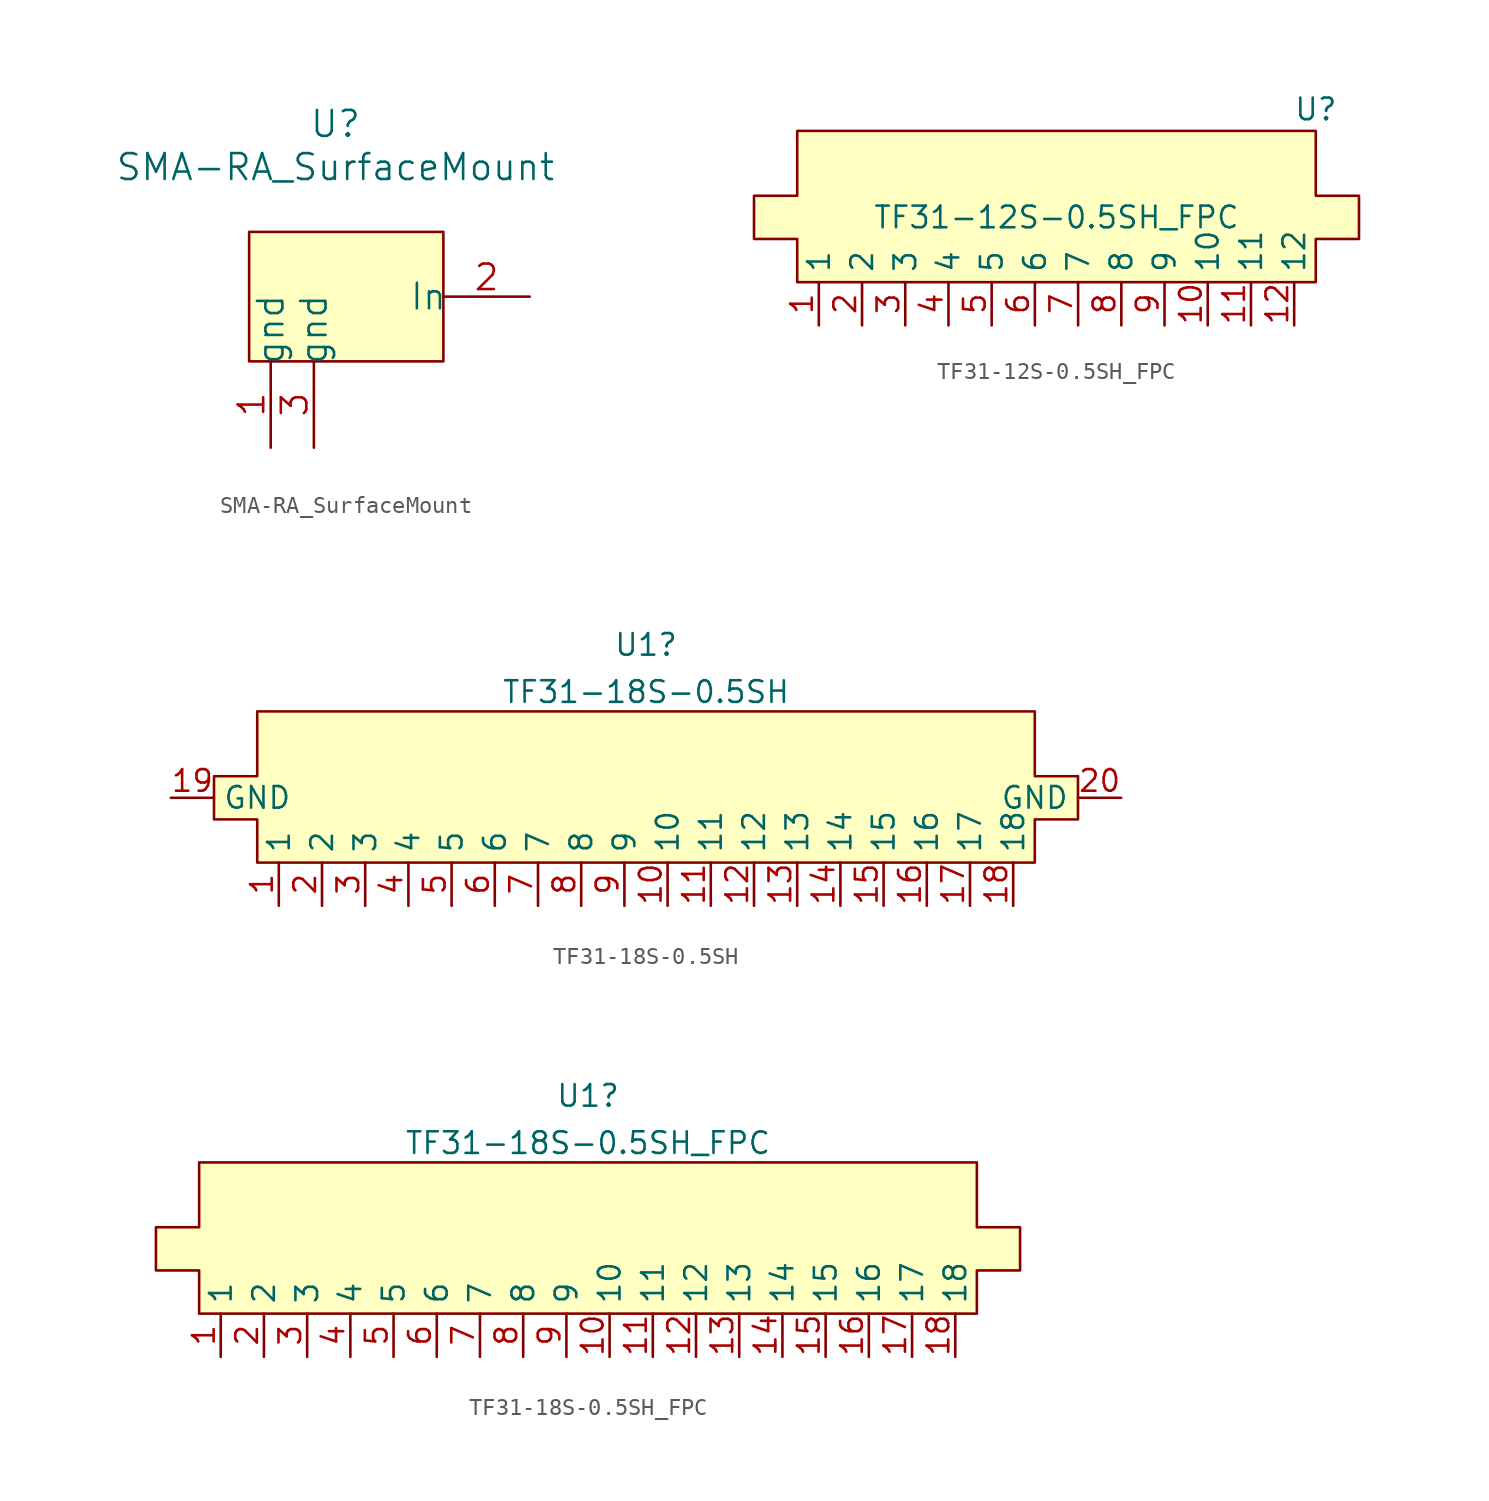
<source format=kicad_sym>
(kicad_symbol_lib
  (version 20211014)
  (generator kicad_symbol_editor)
  (symbol "SMA-RA_SurfaceMount"
    (pin_names
      (offset -0.254))
    (property "Reference" "U"
      (at -13.97 13.97 0)
      (effects (font (size 1.524 1.524))))
    (property "Value" "SMA-RA_SurfaceMount"
      (at -13.97 11.43 0)
      (effects (font (size 1.524 1.524))))
    (property "Datasheet" ""
      (at 0 0 0)
      (effects (font (size 1.524 1.524))))
    (property "ki_locked" ""
      (at 0 0 0)
      (effects (font (size 1.27 1.27))))
    (symbol "SMA-RA_SurfaceMount_1_1"
      (rectangle (start -19.05 0) (end -7.62 7.62) (stroke (width 0) (type default) (color 0 0 0 0)) (fill (type background)))
      (pin power_in line (at -17.78 -5.08 90) (length 5.08) (name "gnd" (effects (font (size 1.499 1.499)))) (number "1" (effects (font (size 1.499 1.499)))))
      (pin bidirectional line (at -2.54 3.81 180) (length 5.08) (name "In" (effects (font (size 1.499 1.499)))) (number "2" (effects (font (size 1.499 1.499)))))
      (pin power_in line (at -15.24 -5.08 90) (length 5.08) (name "gnd" (effects (font (size 1.499 1.499)))) (number "3" (effects (font (size 1.499 1.499)))))))
  (symbol "TF31-12S-0.5SH_FPC"
    (property "Reference" "U"
      (at 15.24 6.35 0)
      (effects (font (size 1.27 1.27))))
    (property "Value" "TF31-12S-0.5SH_FPC"
      (at 0 0 0)
      (effects (font (size 1.27 1.27))))
    (symbol "TF31-12S-0.5SH_FPC_0_1"
      (polyline (pts (xy -15.24 -3.81) (xy 15.24 -3.81) (xy 15.24 -1.27) (xy 17.78 -1.27) (xy 17.78 1.27) (xy 15.24 1.27) (xy 15.24 5.08) (xy -15.24 5.08) (xy -15.24 1.27) (xy -17.78 1.27) (xy -17.78 -1.27) (xy -15.24 -1.27) (xy -15.24 -3.81)) (stroke (width 0.152) (type default) (color 0 0 0 0)) (fill (type background))))
    (symbol "TF31-12S-0.5SH_FPC_1_1"
      (pin bidirectional line (at -13.97 -6.35 90) (length 2.54) (name "1" (effects (font (size 1.27 1.27)))) (number "1" (effects (font (size 1.27 1.27)))))
      (pin bidirectional line (at 8.89 -6.35 90) (length 2.54) (name "10" (effects (font (size 1.27 1.27)))) (number "10" (effects (font (size 1.27 1.27)))))
      (pin bidirectional line (at 11.43 -6.35 90) (length 2.54) (name "11" (effects (font (size 1.27 1.27)))) (number "11" (effects (font (size 1.27 1.27)))))
      (pin bidirectional line (at 13.97 -6.35 90) (length 2.54) (name "12" (effects (font (size 1.27 1.27)))) (number "12" (effects (font (size 1.27 1.27)))))
      (pin bidirectional line (at -11.43 -6.35 90) (length 2.54) (name "2" (effects (font (size 1.27 1.27)))) (number "2" (effects (font (size 1.27 1.27)))))
      (pin bidirectional line (at -8.89 -6.35 90) (length 2.54) (name "3" (effects (font (size 1.27 1.27)))) (number "3" (effects (font (size 1.27 1.27)))))
      (pin bidirectional line (at -6.35 -6.35 90) (length 2.54) (name "4" (effects (font (size 1.27 1.27)))) (number "4" (effects (font (size 1.27 1.27)))))
      (pin bidirectional line (at -3.81 -6.35 90) (length 2.54) (name "5" (effects (font (size 1.27 1.27)))) (number "5" (effects (font (size 1.27 1.27)))))
      (pin bidirectional line (at -1.27 -6.35 90) (length 2.54) (name "6" (effects (font (size 1.27 1.27)))) (number "6" (effects (font (size 1.27 1.27)))))
      (pin bidirectional line (at 1.27 -6.35 90) (length 2.54) (name "7" (effects (font (size 1.27 1.27)))) (number "7" (effects (font (size 1.27 1.27)))))
      (pin bidirectional line (at 3.81 -6.35 90) (length 2.54) (name "8" (effects (font (size 1.27 1.27)))) (number "8" (effects (font (size 1.27 1.27)))))
      (pin bidirectional line (at 6.35 -6.35 90) (length 2.54) (name "9" (effects (font (size 1.27 1.27)))) (number "9" (effects (font (size 1.27 1.27)))))))
  (symbol "TF31-18S-0.5SH"
    (property "Reference" "U1"
      (at -1.27 8.996 0)
      (effects (font (size 1.27 1.27))))
    (property "Value" "TF31-18S-0.5SH"
      (at -1.27 6.221 0)
      (effects (font (size 1.27 1.27))))
    (symbol "TF31-18S-0.5SH_0_1"
      (polyline (pts (xy -24.13 -3.81) (xy 21.59 -3.81) (xy 21.59 -1.27) (xy 24.13 -1.27) (xy 24.13 1.27) (xy 21.59 1.27) (xy 21.59 5.08) (xy -24.13 5.08) (xy -24.13 1.27) (xy -26.67 1.27) (xy -26.67 -1.27) (xy -24.13 -1.27) (xy -24.13 -3.81)) (stroke (width 0.152) (type default) (color 0 0 0 0)) (fill (type background))))
    (symbol "TF31-18S-0.5SH_1_1"
      (pin bidirectional line (at -22.86 -6.35 90) (length 2.54) (name "1" (effects (font (size 1.27 1.27)))) (number "1" (effects (font (size 1.27 1.27)))))
      (pin bidirectional line (at 0 -6.35 90) (length 2.54) (name "10" (effects (font (size 1.27 1.27)))) (number "10" (effects (font (size 1.27 1.27)))))
      (pin bidirectional line (at 2.54 -6.35 90) (length 2.54) (name "11" (effects (font (size 1.27 1.27)))) (number "11" (effects (font (size 1.27 1.27)))))
      (pin bidirectional line (at 5.08 -6.35 90) (length 2.54) (name "12" (effects (font (size 1.27 1.27)))) (number "12" (effects (font (size 1.27 1.27)))))
      (pin bidirectional line (at 7.62 -6.35 90) (length 2.54) (name "13" (effects (font (size 1.27 1.27)))) (number "13" (effects (font (size 1.27 1.27)))))
      (pin bidirectional line (at 10.16 -6.35 90) (length 2.54) (name "14" (effects (font (size 1.27 1.27)))) (number "14" (effects (font (size 1.27 1.27)))))
      (pin bidirectional line (at 12.7 -6.35 90) (length 2.54) (name "15" (effects (font (size 1.27 1.27)))) (number "15" (effects (font (size 1.27 1.27)))))
      (pin bidirectional line (at 15.24 -6.35 90) (length 2.54) (name "16" (effects (font (size 1.27 1.27)))) (number "16" (effects (font (size 1.27 1.27)))))
      (pin bidirectional line (at 17.78 -6.35 90) (length 2.54) (name "17" (effects (font (size 1.27 1.27)))) (number "17" (effects (font (size 1.27 1.27)))))
      (pin bidirectional line (at 20.32 -6.35 90) (length 2.54) (name "18" (effects (font (size 1.27 1.27)))) (number "18" (effects (font (size 1.27 1.27)))))
      (pin bidirectional line (at -29.21 0 0) (length 2.54) (name "GND" (effects (font (size 1.27 1.27)))) (number "19" (effects (font (size 1.27 1.27)))))
      (pin bidirectional line (at -20.32 -6.35 90) (length 2.54) (name "2" (effects (font (size 1.27 1.27)))) (number "2" (effects (font (size 1.27 1.27)))))
      (pin bidirectional line (at 26.67 0 180) (length 2.54) (name "GND" (effects (font (size 1.27 1.27)))) (number "20" (effects (font (size 1.27 1.27)))))
      (pin bidirectional line (at -17.78 -6.35 90) (length 2.54) (name "3" (effects (font (size 1.27 1.27)))) (number "3" (effects (font (size 1.27 1.27)))))
      (pin bidirectional line (at -15.24 -6.35 90) (length 2.54) (name "4" (effects (font (size 1.27 1.27)))) (number "4" (effects (font (size 1.27 1.27)))))
      (pin bidirectional line (at -12.7 -6.35 90) (length 2.54) (name "5" (effects (font (size 1.27 1.27)))) (number "5" (effects (font (size 1.27 1.27)))))
      (pin bidirectional line (at -10.16 -6.35 90) (length 2.54) (name "6" (effects (font (size 1.27 1.27)))) (number "6" (effects (font (size 1.27 1.27)))))
      (pin bidirectional line (at -7.62 -6.35 90) (length 2.54) (name "7" (effects (font (size 1.27 1.27)))) (number "7" (effects (font (size 1.27 1.27)))))
      (pin bidirectional line (at -5.08 -6.35 90) (length 2.54) (name "8" (effects (font (size 1.27 1.27)))) (number "8" (effects (font (size 1.27 1.27)))))
      (pin bidirectional line (at -2.54 -6.35 90) (length 2.54) (name "9" (effects (font (size 1.27 1.27)))) (number "9" (effects (font (size 1.27 1.27)))))))
  (symbol "TF31-18S-0.5SH_FPC"
    (property "Reference" "U1"
      (at -1.27 8.996 0)
      (effects (font (size 1.27 1.27))))
    (property "Value" "TF31-18S-0.5SH_FPC"
      (at -1.27 6.221 0)
      (effects (font (size 1.27 1.27))))
    (symbol "TF31-18S-0.5SH_FPC_0_1"
      (polyline (pts (xy -24.13 -3.81) (xy 21.59 -3.81) (xy 21.59 -1.27) (xy 24.13 -1.27) (xy 24.13 1.27) (xy 21.59 1.27) (xy 21.59 5.08) (xy -24.13 5.08) (xy -24.13 1.27) (xy -26.67 1.27) (xy -26.67 -1.27) (xy -24.13 -1.27) (xy -24.13 -3.81)) (stroke (width 0.152) (type default) (color 0 0 0 0)) (fill (type background))))
    (symbol "TF31-18S-0.5SH_FPC_1_1"
      (pin bidirectional line (at -22.86 -6.35 90) (length 2.54) (name "1" (effects (font (size 1.27 1.27)))) (number "1" (effects (font (size 1.27 1.27)))))
      (pin bidirectional line (at 0 -6.35 90) (length 2.54) (name "10" (effects (font (size 1.27 1.27)))) (number "10" (effects (font (size 1.27 1.27)))))
      (pin bidirectional line (at 2.54 -6.35 90) (length 2.54) (name "11" (effects (font (size 1.27 1.27)))) (number "11" (effects (font (size 1.27 1.27)))))
      (pin bidirectional line (at 5.08 -6.35 90) (length 2.54) (name "12" (effects (font (size 1.27 1.27)))) (number "12" (effects (font (size 1.27 1.27)))))
      (pin bidirectional line (at 7.62 -6.35 90) (length 2.54) (name "13" (effects (font (size 1.27 1.27)))) (number "13" (effects (font (size 1.27 1.27)))))
      (pin bidirectional line (at 10.16 -6.35 90) (length 2.54) (name "14" (effects (font (size 1.27 1.27)))) (number "14" (effects (font (size 1.27 1.27)))))
      (pin bidirectional line (at 12.7 -6.35 90) (length 2.54) (name "15" (effects (font (size 1.27 1.27)))) (number "15" (effects (font (size 1.27 1.27)))))
      (pin bidirectional line (at 15.24 -6.35 90) (length 2.54) (name "16" (effects (font (size 1.27 1.27)))) (number "16" (effects (font (size 1.27 1.27)))))
      (pin bidirectional line (at 17.78 -6.35 90) (length 2.54) (name "17" (effects (font (size 1.27 1.27)))) (number "17" (effects (font (size 1.27 1.27)))))
      (pin bidirectional line (at 20.32 -6.35 90) (length 2.54) (name "18" (effects (font (size 1.27 1.27)))) (number "18" (effects (font (size 1.27 1.27)))))
      (pin bidirectional line (at -20.32 -6.35 90) (length 2.54) (name "2" (effects (font (size 1.27 1.27)))) (number "2" (effects (font (size 1.27 1.27)))))
      (pin bidirectional line (at -17.78 -6.35 90) (length 2.54) (name "3" (effects (font (size 1.27 1.27)))) (number "3" (effects (font (size 1.27 1.27)))))
      (pin bidirectional line (at -15.24 -6.35 90) (length 2.54) (name "4" (effects (font (size 1.27 1.27)))) (number "4" (effects (font (size 1.27 1.27)))))
      (pin bidirectional line (at -12.7 -6.35 90) (length 2.54) (name "5" (effects (font (size 1.27 1.27)))) (number "5" (effects (font (size 1.27 1.27)))))
      (pin bidirectional line (at -10.16 -6.35 90) (length 2.54) (name "6" (effects (font (size 1.27 1.27)))) (number "6" (effects (font (size 1.27 1.27)))))
      (pin bidirectional line (at -7.62 -6.35 90) (length 2.54) (name "7" (effects (font (size 1.27 1.27)))) (number "7" (effects (font (size 1.27 1.27)))))
      (pin bidirectional line (at -5.08 -6.35 90) (length 2.54) (name "8" (effects (font (size 1.27 1.27)))) (number "8" (effects (font (size 1.27 1.27)))))
      (pin bidirectional line (at -2.54 -6.35 90) (length 2.54) (name "9" (effects (font (size 1.27 1.27)))) (number "9" (effects (font (size 1.27 1.27))))))))
</source>
